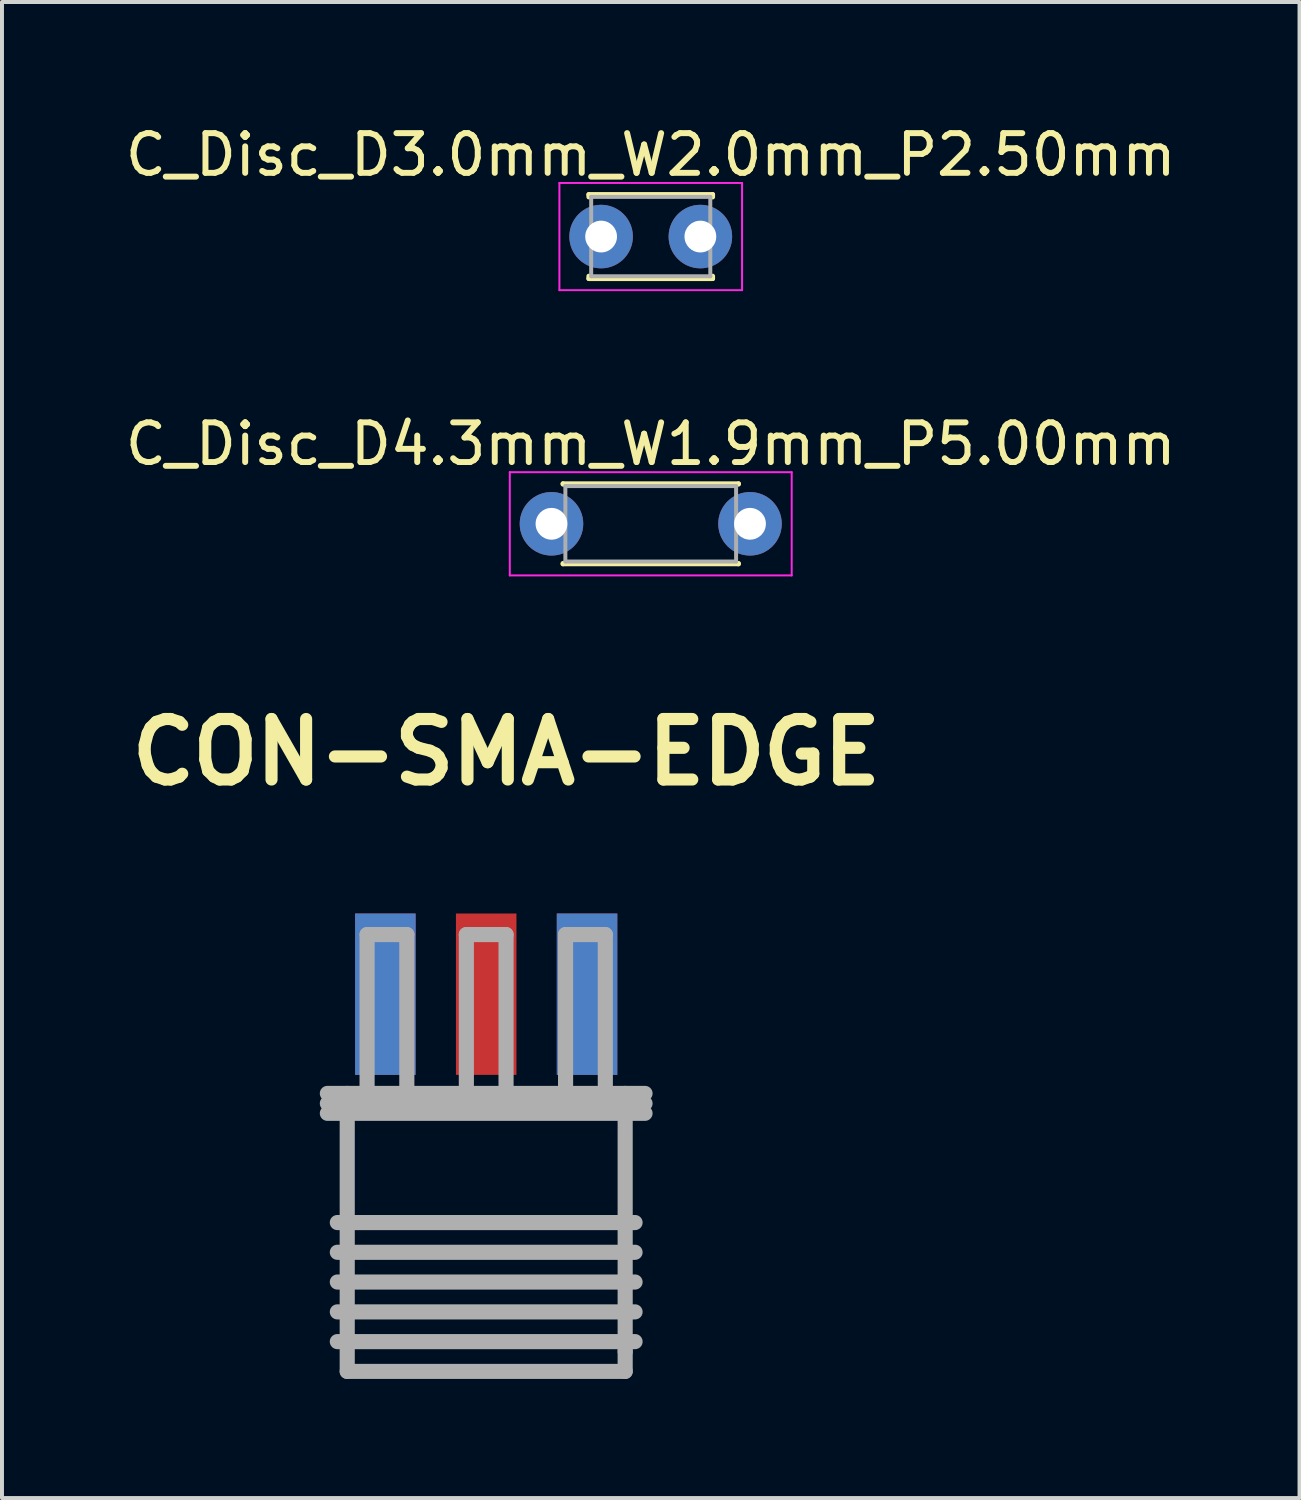
<source format=kicad_pcb>
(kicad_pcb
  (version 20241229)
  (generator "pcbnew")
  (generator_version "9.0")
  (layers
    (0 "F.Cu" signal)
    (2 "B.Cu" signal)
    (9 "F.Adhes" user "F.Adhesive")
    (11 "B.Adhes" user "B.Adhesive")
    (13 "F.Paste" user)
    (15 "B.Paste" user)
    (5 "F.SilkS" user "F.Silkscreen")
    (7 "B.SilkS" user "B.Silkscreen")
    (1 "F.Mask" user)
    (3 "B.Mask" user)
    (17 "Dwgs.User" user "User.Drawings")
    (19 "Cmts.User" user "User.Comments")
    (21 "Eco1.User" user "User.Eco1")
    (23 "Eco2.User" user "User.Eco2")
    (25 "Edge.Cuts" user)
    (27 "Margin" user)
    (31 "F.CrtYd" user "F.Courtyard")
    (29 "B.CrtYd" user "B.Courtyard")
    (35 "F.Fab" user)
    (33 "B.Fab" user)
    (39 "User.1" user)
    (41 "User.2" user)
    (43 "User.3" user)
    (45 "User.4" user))
  (footprint "CON-SMA-EDGE"
    (layer "F.Cu")
    (at 9.195 21.989)
    (property "Reference" "CON-SMA-EDGE" (at 0.508 -6.096 0) (layer "F.SilkS") (effects (font (size 1.524 1.524) (thickness 0.305))))
    (attr through_hole)
    (fp_line (start -4 2.499) (end 4 2.499) (stroke (width 0.381) (type solid)) (layer "F.Fab"))
    (fp_line (start -4 3) (end 4 3) (stroke (width 0.381) (type solid)) (layer "F.Fab"))
    (fp_line (start -3.749 5.751) (end 3.749 5.751) (stroke (width 0.381) (type solid)) (layer "F.Fab"))
    (fp_line (start -3.749 8.001) (end 3.749 8.001) (stroke (width 0.381) (type solid)) (layer "F.Fab"))
    (fp_line (start -3.5 9.5) (end -3.5 2.499) (stroke (width 0.381) (type solid)) (layer "F.Fab"))
    (fp_line (start -3.5 9.5) (end 3.5 9.5) (stroke (width 0.381) (type solid)) (layer "F.Fab"))
    (fp_line (start -3 -1.501) (end -1.999 -1.501) (stroke (width 0.381) (type solid)) (layer "F.Fab"))
    (fp_line (start -3 2.499) (end -3 -1.501) (stroke (width 0.381) (type solid)) (layer "F.Fab"))
    (fp_line (start -1.999 -1.501) (end -1.999 2.499) (stroke (width 0.381) (type solid)) (layer "F.Fab"))
    (fp_line (start -0.5 -1.501) (end 0.5 -1.501) (stroke (width 0.381) (type solid)) (layer "F.Fab"))
    (fp_line (start -0.5 2.499) (end -0.5 -1.501) (stroke (width 0.381) (type solid)) (layer "F.Fab"))
    (fp_line (start 0.5 -1.501) (end 0.5 2.499) (stroke (width 0.381) (type solid)) (layer "F.Fab"))
    (fp_line (start 1.999 -1.501) (end 3 -1.501) (stroke (width 0.381) (type solid)) (layer "F.Fab"))
    (fp_line (start 1.999 2.499) (end 1.999 -1.501) (stroke (width 0.381) (type solid)) (layer "F.Fab"))
    (fp_line (start 3 -1.501) (end 3 2.499) (stroke (width 0.381) (type solid)) (layer "F.Fab"))
    (fp_line (start 3.5 2.499) (end 3.5 8.999) (stroke (width 0.381) (type solid)) (layer "F.Fab"))
    (fp_line (start 3.5 9.5) (end 3.5 8.999) (stroke (width 0.381) (type solid)) (layer "F.Fab"))
    (fp_line (start 3.749 6.5) (end -3.749 6.5) (stroke (width 0.381) (type solid)) (layer "F.Fab"))
    (fp_line (start 3.749 7.249) (end -3.749 7.249) (stroke (width 0.381) (type solid)) (layer "F.Fab"))
    (fp_line (start 3.749 8.75) (end -3.749 8.75) (stroke (width 0.381) (type solid)) (layer "F.Fab"))
    (fp_line (start 4 2.751) (end -4 2.751) (stroke (width 0.381) (type solid)) (layer "F.Fab"))
    (pad "1" smd rect (at 0 0) (size 1.524 4.064) (layers "F.Cu" "F.Mask" "F.Paste"))
    (pad "2" smd rect (at -2.54 0) (size 1.524 4.064) (layers "F.Cu" "F.Mask" "F.Paste"))
    (pad "2" smd rect (at -2.54 0) (size 1.524 4.064) (layers "B.Cu" "B.Mask" "B.Paste"))
    (pad "2" smd rect (at 2.54 0) (size 1.524 4.064) (layers "F.Cu" "F.Mask" "F.Paste"))
    (pad "2" smd rect (at 2.54 0) (size 1.524 4.064) (layers "B.Cu" "B.Mask" "B.Paste")))
  (footprint "C_Disc_D4.3mm_W1.9mm_P5.00mm"
    (layer "F.Cu")
    (at 10.839 10.142)
    (property "Reference" "C_Disc_D4.3mm_W1.9mm_P5.00mm" (at 2.5 -2.01 0) (layer "F.SilkS") (effects (font (size 1 1) (thickness 0.15))))
    (attr through_hole)
    (fp_line (start 0.29 -1.01) (end 0.29 -0.996) (stroke (width 0.12) (type solid)) (layer "F.SilkS"))
    (fp_line (start 0.29 -1.01) (end 4.71 -1.01) (stroke (width 0.12) (type solid)) (layer "F.SilkS"))
    (fp_line (start 0.29 0.996) (end 0.29 1.01) (stroke (width 0.12) (type solid)) (layer "F.SilkS"))
    (fp_line (start 0.29 1.01) (end 4.71 1.01) (stroke (width 0.12) (type solid)) (layer "F.SilkS"))
    (fp_line (start 4.71 -1.01) (end 4.71 -0.996) (stroke (width 0.12) (type solid)) (layer "F.SilkS"))
    (fp_line (start 4.71 0.996) (end 4.71 1.01) (stroke (width 0.12) (type solid)) (layer "F.SilkS"))
    (fp_line (start -1.05 -1.3) (end -1.05 1.3) (stroke (width 0.05) (type solid)) (layer "F.CrtYd"))
    (fp_line (start -1.05 1.3) (end 6.05 1.3) (stroke (width 0.05) (type solid)) (layer "F.CrtYd"))
    (fp_line (start 6.05 -1.3) (end -1.05 -1.3) (stroke (width 0.05) (type solid)) (layer "F.CrtYd"))
    (fp_line (start 6.05 1.3) (end 6.05 -1.3) (stroke (width 0.05) (type solid)) (layer "F.CrtYd"))
    (fp_line (start 0.35 -0.95) (end 0.35 0.95) (stroke (width 0.1) (type solid)) (layer "F.Fab"))
    (fp_line (start 0.35 0.95) (end 4.65 0.95) (stroke (width 0.1) (type solid)) (layer "F.Fab"))
    (fp_line (start 4.65 -0.95) (end 0.35 -0.95) (stroke (width 0.1) (type solid)) (layer "F.Fab"))
    (fp_line (start 4.65 0.95) (end 4.65 -0.95) (stroke (width 0.1) (type solid)) (layer "F.Fab"))
    (pad "1" thru_hole circle (at 0 0) (size 1.6 1.6) (drill 0.8) (layers "*.Cu" "*.Mask"))
    (pad "2" thru_hole circle (at 5 0) (size 1.6 1.6) (drill 0.8) (layers "*.Cu" "*.Mask")))
  (footprint "C_Disc_D3.0mm_W2.0mm_P2.50mm"
    (layer "F.Cu")
    (at 12.089 2.908)
    (property "Reference" "C_Disc_D3.0mm_W2.0mm_P2.50mm" (at 1.25 -2.06 0) (layer "F.SilkS") (effects (font (size 1 1) (thickness 0.15))))
    (attr through_hole)
    (fp_line (start -0.31 -1.06) (end -0.31 -0.996) (stroke (width 0.12) (type solid)) (layer "F.SilkS"))
    (fp_line (start -0.31 -1.06) (end 2.81 -1.06) (stroke (width 0.12) (type solid)) (layer "F.SilkS"))
    (fp_line (start -0.31 0.996) (end -0.31 1.06) (stroke (width 0.12) (type solid)) (layer "F.SilkS"))
    (fp_line (start -0.31 1.06) (end 2.81 1.06) (stroke (width 0.12) (type solid)) (layer "F.SilkS"))
    (fp_line (start 2.81 -1.06) (end 2.81 -0.996) (stroke (width 0.12) (type solid)) (layer "F.SilkS"))
    (fp_line (start 2.81 0.996) (end 2.81 1.06) (stroke (width 0.12) (type solid)) (layer "F.SilkS"))
    (fp_line (start -1.05 -1.35) (end -1.05 1.35) (stroke (width 0.05) (type solid)) (layer "F.CrtYd"))
    (fp_line (start -1.05 1.35) (end 3.55 1.35) (stroke (width 0.05) (type solid)) (layer "F.CrtYd"))
    (fp_line (start 3.55 -1.35) (end -1.05 -1.35) (stroke (width 0.05) (type solid)) (layer "F.CrtYd"))
    (fp_line (start 3.55 1.35) (end 3.55 -1.35) (stroke (width 0.05) (type solid)) (layer "F.CrtYd"))
    (fp_line (start -0.25 -1) (end -0.25 1) (stroke (width 0.1) (type solid)) (layer "F.Fab"))
    (fp_line (start -0.25 1) (end 2.75 1) (stroke (width 0.1) (type solid)) (layer "F.Fab"))
    (fp_line (start 2.75 -1) (end -0.25 -1) (stroke (width 0.1) (type solid)) (layer "F.Fab"))
    (fp_line (start 2.75 1) (end 2.75 -1) (stroke (width 0.1) (type solid)) (layer "F.Fab"))
    (pad "1" thru_hole circle (at 0 0) (size 1.6 1.6) (drill 0.8) (layers "*.Cu" "*.Mask"))
    (pad "2" thru_hole circle (at 2.5 0) (size 1.6 1.6) (drill 0.8) (layers "*.Cu" "*.Mask")))
  (gr_rect
    (start -3 -3)
    (end 29.679 34.679)
    (stroke (width 0.1) (type default))
    (fill no)
    (layer "Edge.Cuts")))
</source>
